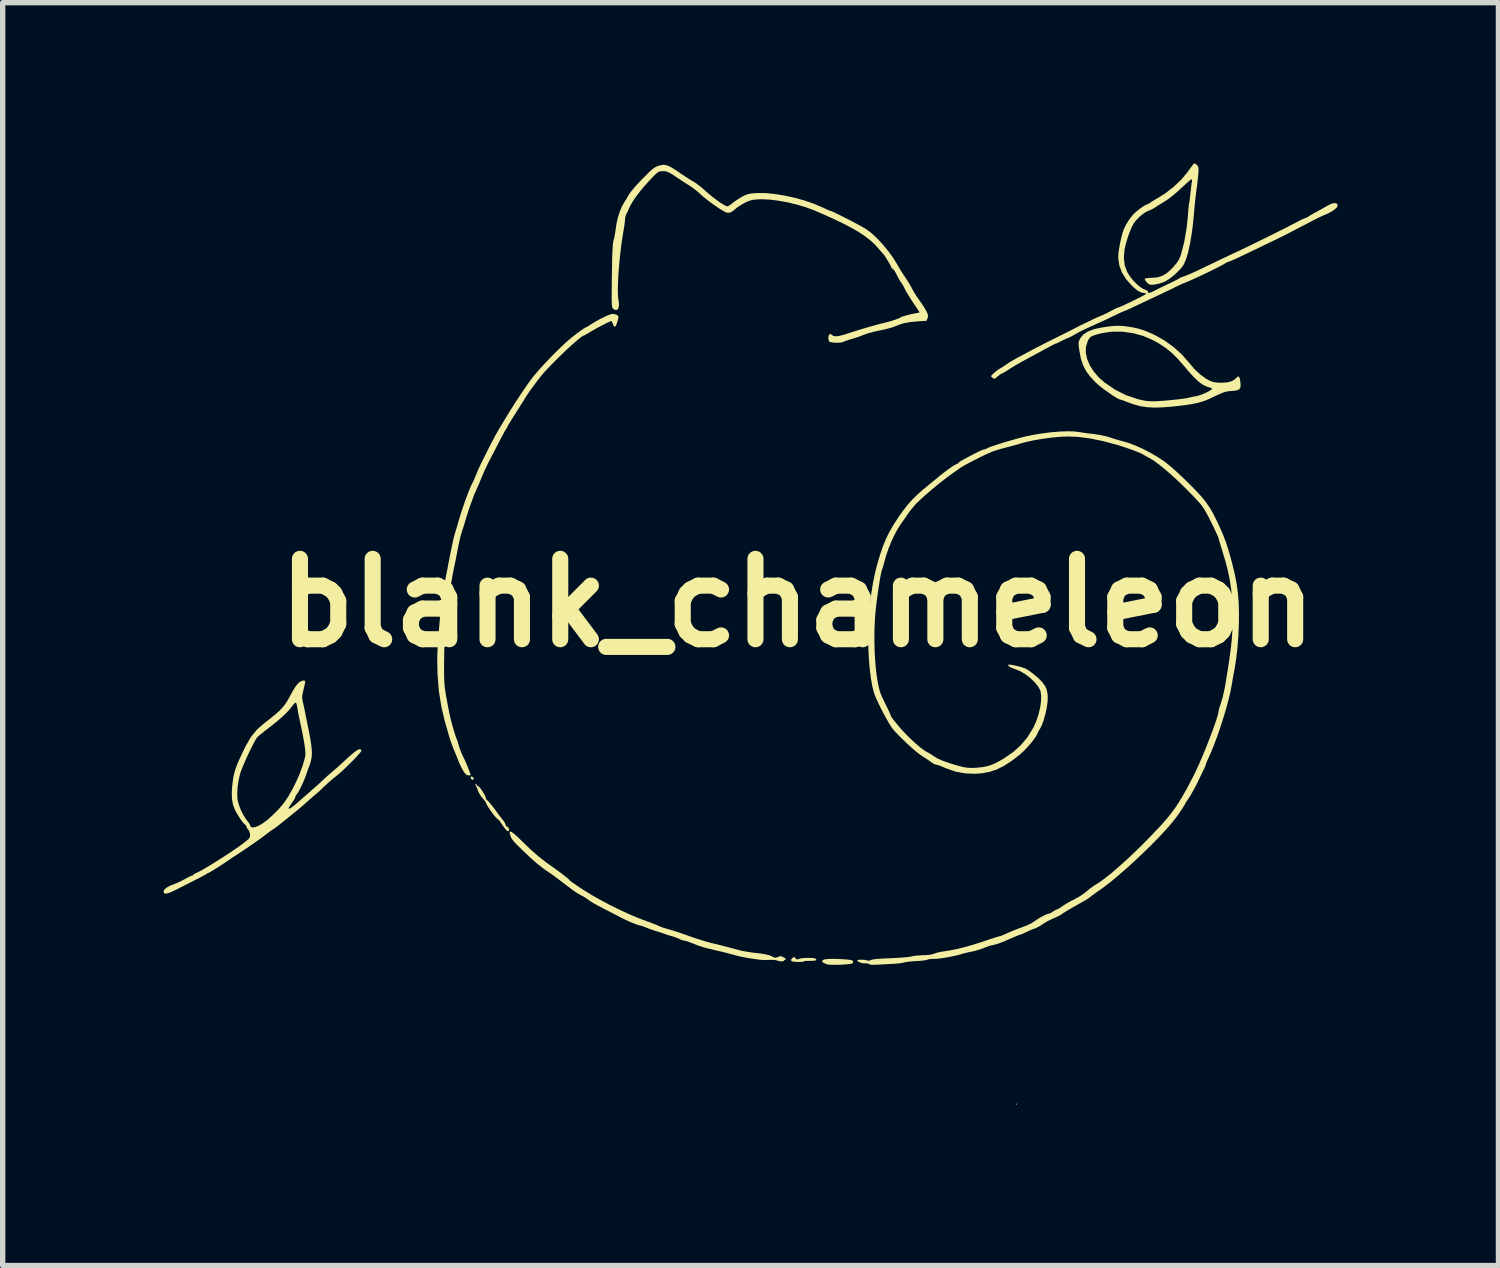
<source format=kicad_pcb>
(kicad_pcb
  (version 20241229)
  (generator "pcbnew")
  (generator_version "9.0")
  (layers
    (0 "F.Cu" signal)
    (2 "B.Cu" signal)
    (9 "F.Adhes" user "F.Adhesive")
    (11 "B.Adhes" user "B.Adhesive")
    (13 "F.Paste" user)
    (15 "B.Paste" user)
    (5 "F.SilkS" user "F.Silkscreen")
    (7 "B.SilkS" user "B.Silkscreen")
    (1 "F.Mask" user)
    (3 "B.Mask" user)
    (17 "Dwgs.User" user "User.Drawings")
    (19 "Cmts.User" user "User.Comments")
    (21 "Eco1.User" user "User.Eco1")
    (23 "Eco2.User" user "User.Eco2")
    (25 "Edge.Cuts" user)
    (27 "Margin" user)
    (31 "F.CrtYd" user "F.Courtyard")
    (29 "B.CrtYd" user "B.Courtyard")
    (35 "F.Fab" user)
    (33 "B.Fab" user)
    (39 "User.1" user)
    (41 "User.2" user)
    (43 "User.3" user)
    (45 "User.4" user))
  (footprint "blank_chameleon"
    (layer "F.Cu")
    (at 11.833 8.2)
    (property "Reference" "blank_chameleon" (at 0 0 0) (layer "F.SilkS") (effects (font (size 1.5 1.5) (thickness 0.3))))
    (attr board_only exclude_from_pos_files exclude_from_bom)
    (fp_poly (pts (xy 4.09 9.343) (xy 4.092 9.363) (xy 4.09 9.366) (xy 4.08 9.363) (xy 4.079 9.354) (xy 4.085 9.34)) (stroke (width 0) (type solid)) (fill yes) (layer "F.SilkS"))
    (fp_poly (pts (xy -6.054 3.258) (xy -6.042 3.28) (xy -6.044 3.289) (xy -6.066 3.303) (xy -6.089 3.289) (xy -6.096 3.278) (xy -6.099 3.249) (xy -6.095 3.241) (xy -6.077 3.241)) (stroke (width 0) (type solid)) (fill yes) (layer "F.SilkS"))
    (fp_poly (pts (xy 0.751 6.644) (xy 0.876 6.652) (xy 0.919 6.655) (xy 0.981 6.662) (xy 1.017 6.67) (xy 1.033 6.682) (xy 1.037 6.7) (xy 1.032 6.719) (xy 1.014 6.731) (xy 0.976 6.739) (xy 0.927 6.744) (xy 0.84 6.751) (xy 0.751 6.754) (xy 0.667 6.754) (xy 0.599 6.752) (xy 0.553 6.746) (xy 0.548 6.744) (xy 0.504 6.726) (xy 0.481 6.714) (xy 0.459 6.695) (xy 0.465 6.674) (xy 0.471 6.668) (xy 0.5 6.654) (xy 0.559 6.645) (xy 0.644 6.642)) (stroke (width 0) (type solid)) (fill yes) (layer "F.SilkS"))
    (fp_poly (pts (xy -0.057 6.611) (xy -0.041 6.631) (xy -0.019 6.653) (xy 0.009 6.651) (xy 0.026 6.644) (xy 0.066 6.633) (xy 0.125 6.627) (xy 0.193 6.625) (xy 0.259 6.626) (xy 0.311 6.632) (xy 0.337 6.64) (xy 0.353 6.659) (xy 0.338 6.672) (xy 0.293 6.679) (xy 0.226 6.68) (xy 0.171 6.68) (xy 0.132 6.684) (xy 0.118 6.689) (xy 0.103 6.696) (xy 0.065 6.7) (xy 0.013 6.701) (xy -0.04 6.698) (xy -0.087 6.693) (xy -0.115 6.685) (xy -0.118 6.682) (xy -0.121 6.657) (xy -0.1 6.631) (xy -0.073 6.61)) (stroke (width 0) (type solid)) (fill yes) (layer "F.SilkS"))
    (fp_poly (pts (xy -5.998 3.38) (xy -5.99 3.394) (xy -5.971 3.418) (xy -5.959 3.421) (xy -5.94 3.435) (xy -5.911 3.47) (xy -5.879 3.517) (xy -5.848 3.568) (xy -5.825 3.614) (xy -5.815 3.646) (xy -5.815 3.648) (xy -5.802 3.677) (xy -5.79 3.685) (xy -5.771 3.702) (xy -5.737 3.74) (xy -5.693 3.795) (xy -5.643 3.861) (xy -5.637 3.869) (xy -5.587 3.938) (xy -5.542 3.997) (xy -5.507 4.043) (xy -5.487 4.067) (xy -5.486 4.068) (xy -5.464 4.102) (xy -5.451 4.136) (xy -5.436 4.168) (xy -5.419 4.18) (xy -5.395 4.194) (xy -5.382 4.224) (xy -5.386 4.249) (xy -5.4 4.262) (xy -5.419 4.256) (xy -5.448 4.226) (xy -5.479 4.186) (xy -5.514 4.137) (xy -5.542 4.095) (xy -5.553 4.077) (xy -5.581 4.045) (xy -5.605 4.028) (xy -5.628 4.007) (xy -5.662 3.966) (xy -5.702 3.913) (xy -5.743 3.855) (xy -5.779 3.8) (xy -5.805 3.755) (xy -5.815 3.729) (xy -5.815 3.729) (xy -5.826 3.707) (xy -5.854 3.672) (xy -5.876 3.648) (xy -5.918 3.594) (xy -5.953 3.53) (xy -5.962 3.508) (xy -5.981 3.457) (xy -5.999 3.419) (xy -6.005 3.408) (xy -6.014 3.384) (xy -6.011 3.377)) (stroke (width 0) (type solid)) (fill yes) (layer "F.SilkS"))
    (fp_poly (pts (xy 6.077 -5.166) (xy 6.152 -5.157) (xy 6.269 -5.138) (xy 6.369 -5.115) (xy 6.466 -5.084) (xy 6.57 -5.042) (xy 6.666 -4.998) (xy 6.845 -4.898) (xy 7.02 -4.772) (xy 7.18 -4.626) (xy 7.317 -4.468) (xy 7.318 -4.466) (xy 7.413 -4.355) (xy 7.519 -4.258) (xy 7.628 -4.18) (xy 7.697 -4.143) (xy 7.754 -4.123) (xy 7.815 -4.112) (xy 7.894 -4.108) (xy 7.916 -4.108) (xy 8.02 -4.115) (xy 8.098 -4.135) (xy 8.159 -4.171) (xy 8.194 -4.205) (xy 8.22 -4.226) (xy 8.239 -4.219) (xy 8.254 -4.181) (xy 8.265 -4.111) (xy 8.265 -4.111) (xy 8.268 -4.045) (xy 8.256 -4.002) (xy 8.225 -3.975) (xy 8.169 -3.96) (xy 8.097 -3.954) (xy 8.046 -3.95) (xy 7.999 -3.942) (xy 7.95 -3.927) (xy 7.889 -3.903) (xy 7.81 -3.867) (xy 7.767 -3.846) (xy 7.683 -3.807) (xy 7.607 -3.775) (xy 7.532 -3.75) (xy 7.454 -3.729) (xy 7.364 -3.711) (xy 7.258 -3.694) (xy 7.129 -3.678) (xy 7.012 -3.665) (xy 6.824 -3.649) (xy 6.663 -3.644) (xy 6.525 -3.651) (xy 6.405 -3.669) (xy 6.388 -3.673) (xy 6.306 -3.695) (xy 6.219 -3.723) (xy 6.153 -3.747) (xy 6.096 -3.77) (xy 6.051 -3.786) (xy 6.026 -3.792) (xy 6.026 -3.792) (xy 5.997 -3.802) (xy 5.947 -3.829) (xy 5.883 -3.869) (xy 5.811 -3.918) (xy 5.736 -3.971) (xy 5.665 -4.025) (xy 5.604 -4.076) (xy 5.569 -4.107) (xy 5.464 -4.218) (xy 5.385 -4.324) (xy 5.328 -4.434) (xy 5.287 -4.557) (xy 5.265 -4.671) (xy 5.378 -4.671) (xy 5.403 -4.553) (xy 5.453 -4.434) (xy 5.527 -4.316) (xy 5.624 -4.204) (xy 5.731 -4.111) (xy 5.928 -3.977) (xy 6.133 -3.874) (xy 6.349 -3.802) (xy 6.419 -3.785) (xy 6.481 -3.773) (xy 6.539 -3.766) (xy 6.599 -3.762) (xy 6.67 -3.762) (xy 6.756 -3.767) (xy 6.864 -3.775) (xy 6.965 -3.784) (xy 7.062 -3.794) (xy 7.15 -3.804) (xy 7.223 -3.814) (xy 7.273 -3.822) (xy 7.29 -3.826) (xy 7.335 -3.837) (xy 7.397 -3.85) (xy 7.441 -3.858) (xy 7.494 -3.871) (xy 7.555 -3.893) (xy 7.619 -3.92) (xy 7.675 -3.949) (xy 7.717 -3.975) (xy 7.735 -3.995) (xy 7.736 -3.997) (xy 7.722 -4.008) (xy 7.691 -4.019) (xy 7.63 -4.038) (xy 7.573 -4.065) (xy 7.514 -4.104) (xy 7.452 -4.157) (xy 7.381 -4.227) (xy 7.298 -4.319) (xy 7.199 -4.435) (xy 7.194 -4.441) (xy 7.082 -4.568) (xy 6.976 -4.672) (xy 6.867 -4.759) (xy 6.746 -4.839) (xy 6.624 -4.906) (xy 6.445 -4.983) (xy 6.253 -5.035) (xy 6.057 -5.061) (xy 5.863 -5.061) (xy 5.678 -5.033) (xy 5.649 -5.026) (xy 5.567 -5.004) (xy 5.511 -4.985) (xy 5.474 -4.966) (xy 5.449 -4.942) (xy 5.428 -4.91) (xy 5.414 -4.883) (xy 5.382 -4.782) (xy 5.378 -4.671) (xy 5.265 -4.671) (xy 5.259 -4.703) (xy 5.256 -4.72) (xy 5.247 -4.791) (xy 5.244 -4.839) (xy 5.247 -4.873) (xy 5.259 -4.904) (xy 5.277 -4.939) (xy 5.333 -5.008) (xy 5.418 -5.064) (xy 5.532 -5.108) (xy 5.657 -5.135) (xy 5.787 -5.156) (xy 5.894 -5.167) (xy 5.988 -5.171)) (stroke (width 0) (type solid)) (fill yes) (layer "F.SilkS"))
    (fp_poly (pts (xy -5.332 4.278) (xy -5.285 4.313) (xy -5.219 4.372) (xy -5.133 4.456) (xy -5.122 4.467) (xy -4.976 4.607) (xy -4.838 4.728) (xy -4.696 4.839) (xy -4.569 4.93) (xy -4.503 4.977) (xy -4.434 5.027) (xy -4.369 5.077) (xy -4.313 5.121) (xy -4.272 5.156) (xy -4.251 5.177) (xy -4.25 5.179) (xy -4.234 5.193) (xy -4.196 5.221) (xy -4.138 5.261) (xy -4.067 5.31) (xy -4.014 5.345) (xy -3.865 5.438) (xy -3.694 5.535) (xy -3.511 5.633) (xy -3.322 5.726) (xy -3.137 5.812) (xy -2.963 5.885) (xy -2.821 5.938) (xy -2.743 5.966) (xy -2.669 5.995) (xy -2.61 6.019) (xy -2.586 6.03) (xy -2.529 6.054) (xy -2.46 6.076) (xy -2.429 6.084) (xy -2.38 6.098) (xy -2.308 6.12) (xy -2.221 6.148) (xy -2.129 6.18) (xy -2.101 6.19) (xy -1.961 6.239) (xy -1.845 6.278) (xy -1.745 6.309) (xy -1.654 6.335) (xy -1.565 6.358) (xy -1.5 6.373) (xy -1.416 6.394) (xy -1.329 6.416) (xy -1.255 6.437) (xy -1.247 6.439) (xy -1.03 6.495) (xy -0.837 6.527) (xy -0.801 6.53) (xy -0.696 6.542) (xy -0.604 6.557) (xy -0.53 6.575) (xy -0.481 6.594) (xy -0.471 6.601) (xy -0.422 6.623) (xy -0.368 6.611) (xy -0.354 6.603) (xy -0.326 6.592) (xy -0.295 6.598) (xy -0.259 6.616) (xy -0.222 6.638) (xy -0.217 6.651) (xy -0.225 6.655) (xy -0.249 6.667) (xy -0.253 6.676) (xy -0.267 6.687) (xy -0.303 6.69) (xy -0.348 6.684) (xy -0.388 6.672) (xy -0.427 6.664) (xy -0.486 6.661) (xy -0.531 6.663) (xy -0.607 6.665) (xy -0.687 6.661) (xy -0.725 6.657) (xy -0.87 6.636) (xy -0.985 6.616) (xy -1.075 6.598) (xy -1.138 6.582) (xy -1.276 6.545) (xy -1.412 6.51) (xy -1.532 6.483) (xy -1.542 6.48) (xy -1.71 6.44) (xy -1.856 6.394) (xy -1.958 6.354) (xy -2.02 6.33) (xy -2.073 6.312) (xy -2.107 6.304) (xy -2.109 6.304) (xy -2.145 6.296) (xy -2.192 6.278) (xy -2.205 6.272) (xy -2.263 6.247) (xy -2.328 6.224) (xy -2.343 6.221) (xy -2.405 6.203) (xy -2.465 6.183) (xy -2.478 6.178) (xy -2.527 6.161) (xy -2.592 6.139) (xy -2.638 6.126) (xy -2.708 6.103) (xy -2.778 6.078) (xy -2.815 6.063) (xy -2.867 6.042) (xy -2.911 6.027) (xy -2.924 6.024) (xy -2.975 6.011) (xy -3.046 5.985) (xy -3.129 5.952) (xy -3.214 5.913) (xy -3.292 5.875) (xy -3.295 5.873) (xy -3.355 5.841) (xy -3.435 5.8) (xy -3.526 5.753) (xy -3.618 5.705) (xy -3.639 5.694) (xy -3.723 5.651) (xy -3.798 5.609) (xy -3.86 5.572) (xy -3.9 5.545) (xy -3.909 5.538) (xy -3.952 5.506) (xy -4.008 5.473) (xy -4.028 5.463) (xy -4.083 5.434) (xy -4.147 5.393) (xy -4.2 5.356) (xy -4.254 5.315) (xy -4.325 5.262) (xy -4.401 5.204) (xy -4.453 5.164) (xy -4.524 5.111) (xy -4.592 5.062) (xy -4.649 5.022) (xy -4.681 5.001) (xy -4.76 4.945) (xy -4.855 4.87) (xy -4.956 4.782) (xy -5.023 4.72) (xy -5.12 4.628) (xy -5.195 4.555) (xy -5.252 4.498) (xy -5.293 4.453) (xy -5.322 4.417) (xy -5.342 4.386) (xy -5.355 4.356) (xy -5.365 4.324) (xy -5.37 4.306) (xy -5.373 4.275) (xy -5.361 4.265)) (stroke (width 0) (type solid)) (fill yes) (layer "F.SilkS"))
    (fp_poly (pts (xy -3.4 -5.385) (xy -3.365 -5.369) (xy -3.348 -5.354) (xy -3.342 -5.337) (xy -3.345 -5.308) (xy -3.359 -5.258) (xy -3.364 -5.242) (xy -3.386 -5.18) (xy -3.406 -5.152) (xy -3.424 -5.156) (xy -3.442 -5.192) (xy -3.446 -5.205) (xy -3.461 -5.241) (xy -3.475 -5.258) (xy -3.476 -5.259) (xy -3.499 -5.251) (xy -3.545 -5.23) (xy -3.607 -5.2) (xy -3.677 -5.163) (xy -3.751 -5.124) (xy -3.819 -5.085) (xy -3.869 -5.056) (xy -3.922 -5.024) (xy -3.964 -5) (xy -3.987 -4.989) (xy -3.988 -4.989) (xy -4.014 -4.977) (xy -4.059 -4.945) (xy -4.12 -4.894) (xy -4.195 -4.829) (xy -4.278 -4.753) (xy -4.368 -4.669) (xy -4.459 -4.58) (xy -4.55 -4.489) (xy -4.636 -4.401) (xy -4.713 -4.318) (xy -4.753 -4.273) (xy -4.812 -4.201) (xy -4.88 -4.114) (xy -4.95 -4.019) (xy -5.015 -3.928) (xy -5.066 -3.851) (xy -5.073 -3.839) (xy -5.104 -3.789) (xy -5.148 -3.719) (xy -5.2 -3.637) (xy -5.254 -3.551) (xy -5.271 -3.524) (xy -5.319 -3.448) (xy -5.36 -3.382) (xy -5.391 -3.331) (xy -5.408 -3.301) (xy -5.41 -3.295) (xy -5.419 -3.274) (xy -5.44 -3.241) (xy -5.442 -3.239) (xy -5.461 -3.208) (xy -5.491 -3.153) (xy -5.529 -3.083) (xy -5.571 -3.002) (xy -5.585 -2.975) (xy -5.628 -2.891) (xy -5.668 -2.814) (xy -5.702 -2.749) (xy -5.725 -2.705) (xy -5.729 -2.697) (xy -5.758 -2.641) (xy -5.796 -2.564) (xy -5.836 -2.478) (xy -5.874 -2.392) (xy -5.906 -2.316) (xy -5.914 -2.296) (xy -5.94 -2.233) (xy -5.971 -2.161) (xy -5.988 -2.124) (xy -6.013 -2.068) (xy -6.034 -2.02) (xy -6.043 -1.997) (xy -6.054 -1.966) (xy -6.073 -1.913) (xy -6.097 -1.849) (xy -6.104 -1.829) (xy -6.133 -1.746) (xy -6.162 -1.657) (xy -6.186 -1.579) (xy -6.187 -1.576) (xy -6.211 -1.494) (xy -6.239 -1.404) (xy -6.261 -1.34) (xy -6.281 -1.273) (xy -6.303 -1.185) (xy -6.325 -1.09) (xy -6.337 -1.028) (xy -6.354 -0.936) (xy -6.372 -0.843) (xy -6.388 -0.76) (xy -6.398 -0.716) (xy -6.414 -0.637) (xy -6.432 -0.546) (xy -6.447 -0.464) (xy -6.461 -0.386) (xy -6.475 -0.309) (xy -6.488 -0.248) (xy -6.488 -0.244) (xy -6.499 -0.186) (xy -6.511 -0.099) (xy -6.525 0.009) (xy -6.539 0.132) (xy -6.553 0.265) (xy -6.567 0.402) (xy -6.575 0.497) (xy -6.58 0.574) (xy -6.585 0.677) (xy -6.59 0.797) (xy -6.593 0.927) (xy -6.595 1.058) (xy -6.596 1.112) (xy -6.596 1.236) (xy -6.596 1.339) (xy -6.594 1.425) (xy -6.59 1.503) (xy -6.583 1.579) (xy -6.572 1.658) (xy -6.557 1.748) (xy -6.537 1.856) (xy -6.512 1.986) (xy -6.498 2.056) (xy -6.48 2.138) (xy -6.456 2.233) (xy -6.429 2.33) (xy -6.402 2.421) (xy -6.378 2.496) (xy -6.362 2.537) (xy -6.344 2.584) (xy -6.326 2.645) (xy -6.319 2.671) (xy -6.301 2.727) (xy -6.273 2.799) (xy -6.239 2.873) (xy -6.231 2.889) (xy -6.201 2.953) (xy -6.17 3.024) (xy -6.142 3.094) (xy -6.119 3.154) (xy -6.104 3.198) (xy -6.101 3.213) (xy -6.116 3.218) (xy -6.144 3.219) (xy -6.175 3.211) (xy -6.206 3.182) (xy -6.236 3.139) (xy -6.272 3.074) (xy -6.307 3.001) (xy -6.322 2.966) (xy -6.344 2.91) (xy -6.363 2.862) (xy -6.372 2.84) (xy -6.385 2.807) (xy -6.407 2.755) (xy -6.428 2.705) (xy -6.454 2.635) (xy -6.483 2.551) (xy -6.506 2.478) (xy -6.529 2.395) (xy -6.556 2.301) (xy -6.581 2.216) (xy -6.647 1.939) (xy -6.694 1.64) (xy -6.719 1.326) (xy -6.724 1.004) (xy -6.709 0.691) (xy -6.691 0.488) (xy -6.676 0.316) (xy -6.662 0.17) (xy -6.649 0.048) (xy -6.638 -0.054) (xy -6.626 -0.14) (xy -6.615 -0.213) (xy -6.607 -0.253) (xy -6.569 -0.457) (xy -6.535 -0.631) (xy -6.507 -0.778) (xy -6.483 -0.901) (xy -6.462 -1.003) (xy -6.445 -1.087) (xy -6.43 -1.155) (xy -6.416 -1.212) (xy -6.404 -1.26) (xy -6.392 -1.301) (xy -6.388 -1.315) (xy -6.367 -1.384) (xy -6.342 -1.469) (xy -6.317 -1.556) (xy -6.311 -1.576) (xy -6.281 -1.673) (xy -6.246 -1.78) (xy -6.208 -1.891) (xy -6.169 -1.997) (xy -6.131 -2.094) (xy -6.099 -2.172) (xy -6.073 -2.227) (xy -6.069 -2.233) (xy -6.048 -2.275) (xy -6.022 -2.335) (xy -5.995 -2.401) (xy -5.995 -2.402) (xy -5.965 -2.474) (xy -5.926 -2.559) (xy -5.886 -2.643) (xy -5.876 -2.663) (xy -5.834 -2.745) (xy -5.786 -2.841) (xy -5.739 -2.934) (xy -5.722 -2.966) (xy -5.654 -3.097) (xy -5.569 -3.247) (xy -5.471 -3.411) (xy -5.366 -3.582) (xy -5.258 -3.753) (xy -5.149 -3.917) (xy -5.046 -4.068) (xy -4.971 -4.173) (xy -4.908 -4.252) (xy -4.826 -4.347) (xy -4.73 -4.453) (xy -4.626 -4.563) (xy -4.519 -4.672) (xy -4.415 -4.774) (xy -4.32 -4.863) (xy -4.238 -4.934) (xy -4.216 -4.952) (xy -4.124 -5.023) (xy -4.048 -5.079) (xy -3.992 -5.118) (xy -3.958 -5.138) (xy -3.95 -5.141) (xy -3.933 -5.149) (xy -3.895 -5.171) (xy -3.854 -5.198) (xy -3.768 -5.251) (xy -3.68 -5.3) (xy -3.596 -5.341) (xy -3.524 -5.373) (xy -3.469 -5.39) (xy -3.448 -5.393)) (stroke (width 0) (type solid)) (fill yes) (layer "F.SilkS"))
    (fp_poly (pts (xy -9.196 1.452) (xy -9.19 1.463) (xy -9.19 1.487) (xy -9.198 1.531) (xy -9.214 1.598) (xy -9.226 1.649) (xy -9.241 1.713) (xy -9.245 1.763) (xy -9.239 1.815) (xy -9.229 1.859) (xy -9.212 1.935) (xy -9.195 2.014) (xy -9.187 2.056) (xy -9.177 2.11) (xy -9.161 2.186) (xy -9.144 2.274) (xy -9.126 2.36) (xy -9.097 2.51) (xy -9.077 2.633) (xy -9.066 2.734) (xy -9.063 2.818) (xy -9.069 2.889) (xy -9.079 2.941) (xy -9.094 2.997) (xy -9.109 3.041) (xy -9.117 3.059) (xy -9.129 3.085) (xy -9.144 3.129) (xy -9.151 3.152) (xy -9.172 3.215) (xy -9.202 3.291) (xy -9.236 3.37) (xy -9.272 3.446) (xy -9.306 3.511) (xy -9.334 3.557) (xy -9.349 3.576) (xy -9.369 3.605) (xy -9.371 3.619) (xy -9.381 3.647) (xy -9.404 3.687) (xy -9.411 3.697) (xy -9.446 3.746) (xy -9.478 3.793) (xy -9.48 3.797) (xy -9.498 3.831) (xy -9.493 3.843) (xy -9.467 3.834) (xy -9.422 3.803) (xy -9.36 3.753) (xy -9.352 3.746) (xy -9.295 3.696) (xy -9.223 3.632) (xy -9.143 3.563) (xy -9.068 3.497) (xy -9 3.437) (xy -8.937 3.381) (xy -8.887 3.335) (xy -8.854 3.304) (xy -8.851 3.301) (xy -8.828 3.279) (xy -8.801 3.254) (xy -8.763 3.22) (xy -8.711 3.175) (xy -8.64 3.114) (xy -8.594 3.075) (xy -8.567 3.051) (xy -8.521 3.009) (xy -8.462 2.955) (xy -8.397 2.895) (xy -8.386 2.885) (xy -8.298 2.808) (xy -8.23 2.756) (xy -8.181 2.731) (xy -8.152 2.731) (xy -8.141 2.756) (xy -8.141 2.761) (xy -8.152 2.782) (xy -8.185 2.821) (xy -8.232 2.874) (xy -8.292 2.936) (xy -8.358 3.002) (xy -8.426 3.069) (xy -8.492 3.132) (xy -8.552 3.185) (xy -8.601 3.225) (xy -8.604 3.228) (xy -8.654 3.268) (xy -8.718 3.322) (xy -8.785 3.382) (xy -8.845 3.437) (xy -8.882 3.474) (xy -8.906 3.497) (xy -8.949 3.535) (xy -9.001 3.58) (xy -9.015 3.592) (xy -9.074 3.642) (xy -9.129 3.691) (xy -9.171 3.729) (xy -9.176 3.733) (xy -9.211 3.765) (xy -9.265 3.811) (xy -9.329 3.864) (xy -9.38 3.906) (xy -9.456 3.967) (xy -9.537 4.033) (xy -9.611 4.092) (xy -9.647 4.121) (xy -9.704 4.166) (xy -9.755 4.204) (xy -9.791 4.229) (xy -9.799 4.233) (xy -9.832 4.255) (xy -9.878 4.289) (xy -9.911 4.314) (xy -9.973 4.362) (xy -10.06 4.425) (xy -10.167 4.5) (xy -10.29 4.584) (xy -10.425 4.674) (xy -10.45 4.69) (xy -10.52 4.736) (xy -10.585 4.779) (xy -10.636 4.814) (xy -10.661 4.831) (xy -10.713 4.866) (xy -10.775 4.907) (xy -10.84 4.948) (xy -10.901 4.986) (xy -10.952 5.017) (xy -10.985 5.035) (xy -10.995 5.04) (xy -11.018 5.049) (xy -11.028 5.057) (xy -11.05 5.071) (xy -11.096 5.096) (xy -11.159 5.129) (xy -11.223 5.162) (xy -11.317 5.21) (xy -11.423 5.264) (xy -11.525 5.316) (xy -11.568 5.338) (xy -11.662 5.384) (xy -11.731 5.413) (xy -11.779 5.425) (xy -11.81 5.423) (xy -11.821 5.416) (xy -11.833 5.385) (xy -11.815 5.349) (xy -11.771 5.311) (xy -11.702 5.274) (xy -11.638 5.249) (xy -11.568 5.221) (xy -11.488 5.183) (xy -11.43 5.152) (xy -11.375 5.122) (xy -11.329 5.099) (xy -11.301 5.09) (xy -11.3 5.09) (xy -11.278 5.082) (xy -11.276 5.075) (xy -11.262 5.059) (xy -11.228 5.043) (xy -11.227 5.043) (xy -11.182 5.022) (xy -11.114 4.986) (xy -11.028 4.936) (xy -10.929 4.876) (xy -10.823 4.809) (xy -10.712 4.739) (xy -10.604 4.668) (xy -10.501 4.599) (xy -10.411 4.536) (xy -10.336 4.481) (xy -10.284 4.44) (xy -10.242 4.402) (xy -10.221 4.373) (xy -10.216 4.343) (xy -10.219 4.309) (xy -10.231 4.263) (xy -10.25 4.231) (xy -10.255 4.227) (xy -10.278 4.2) (xy -10.281 4.183) (xy -10.294 4.152) (xy -10.314 4.134) (xy -10.343 4.107) (xy -10.381 4.056) (xy -10.425 3.991) (xy -10.468 3.919) (xy -10.497 3.865) (xy -10.536 3.763) (xy -10.556 3.647) (xy -10.557 3.558) (xy -10.456 3.558) (xy -10.451 3.669) (xy -10.45 3.674) (xy -10.428 3.762) (xy -10.39 3.862) (xy -10.341 3.961) (xy -10.287 4.045) (xy -10.264 4.074) (xy -10.233 4.113) (xy -10.216 4.146) (xy -10.214 4.154) (xy -10.201 4.182) (xy -10.166 4.191) (xy -10.113 4.181) (xy -10.046 4.153) (xy -9.97 4.107) (xy -9.97 4.107) (xy -9.882 4.041) (xy -9.787 3.954) (xy -9.691 3.858) (xy -9.606 3.759) (xy -9.579 3.725) (xy -9.504 3.614) (xy -9.429 3.482) (xy -9.357 3.339) (xy -9.292 3.192) (xy -9.239 3.049) (xy -9.201 2.92) (xy -9.186 2.852) (xy -9.184 2.798) (xy -9.191 2.716) (xy -9.208 2.603) (xy -9.233 2.461) (xy -9.269 2.287) (xy -9.304 2.124) (xy -9.319 2.052) (xy -9.331 1.978) (xy -9.336 1.948) (xy -9.345 1.899) (xy -9.356 1.867) (xy -9.363 1.86) (xy -9.382 1.869) (xy -9.409 1.899) (xy -9.421 1.915) (xy -9.493 2.005) (xy -9.593 2.106) (xy -9.721 2.218) (xy -9.852 2.321) (xy -9.925 2.377) (xy -9.99 2.429) (xy -10.042 2.471) (xy -10.074 2.499) (xy -10.081 2.506) (xy -10.107 2.543) (xy -10.142 2.606) (xy -10.184 2.687) (xy -10.23 2.78) (xy -10.276 2.878) (xy -10.319 2.976) (xy -10.358 3.066) (xy -10.387 3.143) (xy -10.399 3.177) (xy -10.429 3.299) (xy -10.449 3.431) (xy -10.456 3.558) (xy -10.557 3.558) (xy -10.557 3.511) (xy -10.551 3.427) (xy -10.54 3.335) (xy -10.529 3.256) (xy -10.513 3.182) (xy -10.492 3.11) (xy -10.464 3.032) (xy -10.427 2.943) (xy -10.378 2.837) (xy -10.317 2.709) (xy -10.294 2.663) (xy -10.201 2.503) (xy -10.09 2.367) (xy -9.953 2.246) (xy -9.944 2.239) (xy -9.829 2.15) (xy -9.737 2.075) (xy -9.664 2.009) (xy -9.605 1.946) (xy -9.555 1.881) (xy -9.51 1.809) (xy -9.47 1.737) (xy -9.411 1.629) (xy -9.36 1.55) (xy -9.314 1.496) (xy -9.27 1.464) (xy -9.226 1.45) (xy -9.21 1.45)) (stroke (width 0) (type solid)) (fill yes) (layer "F.SilkS"))
    (fp_poly (pts (xy -2.466 -8.172) (xy -2.416 -8.157) (xy -2.358 -8.128) (xy -2.285 -8.083) (xy -2.191 -8.02) (xy -2.175 -8.009) (xy -2.102 -7.96) (xy -2.029 -7.913) (xy -1.968 -7.875) (xy -1.934 -7.855) (xy -1.888 -7.826) (xy -1.827 -7.779) (xy -1.76 -7.724) (xy -1.715 -7.684) (xy -1.642 -7.621) (xy -1.565 -7.558) (xy -1.488 -7.501) (xy -1.418 -7.453) (xy -1.36 -7.419) (xy -1.32 -7.401) (xy -1.31 -7.399) (xy -1.285 -7.409) (xy -1.243 -7.436) (xy -1.203 -7.468) (xy -1.14 -7.514) (xy -1.067 -7.561) (xy -1.02 -7.588) (xy -0.967 -7.613) (xy -0.919 -7.629) (xy -0.865 -7.639) (xy -0.793 -7.645) (xy -0.745 -7.648) (xy -0.594 -7.647) (xy -0.423 -7.63) (xy -0.239 -7.6) (xy -0.05 -7.558) (xy 0.135 -7.507) (xy 0.307 -7.447) (xy 0.46 -7.382) (xy 0.463 -7.381) (xy 0.525 -7.351) (xy 0.576 -7.328) (xy 0.609 -7.316) (xy 0.616 -7.315) (xy 0.638 -7.307) (xy 0.684 -7.286) (xy 0.749 -7.255) (xy 0.828 -7.216) (xy 0.915 -7.172) (xy 1.005 -7.125) (xy 1.092 -7.079) (xy 1.171 -7.037) (xy 1.236 -7) (xy 1.283 -6.973) (xy 1.291 -6.967) (xy 1.384 -6.896) (xy 1.485 -6.802) (xy 1.588 -6.691) (xy 1.688 -6.57) (xy 1.778 -6.447) (xy 1.853 -6.328) (xy 1.872 -6.294) (xy 1.907 -6.232) (xy 1.952 -6.16) (xy 1.995 -6.097) (xy 2.043 -6.024) (xy 2.094 -5.941) (xy 2.131 -5.874) (xy 2.173 -5.798) (xy 2.225 -5.715) (xy 2.273 -5.646) (xy 2.32 -5.581) (xy 2.365 -5.511) (xy 2.399 -5.454) (xy 2.4 -5.451) (xy 2.425 -5.398) (xy 2.435 -5.361) (xy 2.43 -5.327) (xy 2.426 -5.315) (xy 2.409 -5.264) (xy 2.237 -5.253) (xy 2.1 -5.24) (xy 1.985 -5.219) (xy 1.883 -5.187) (xy 1.82 -5.161) (xy 1.767 -5.141) (xy 1.694 -5.12) (xy 1.616 -5.101) (xy 1.601 -5.098) (xy 1.44 -5.064) (xy 1.311 -5.029) (xy 1.211 -4.993) (xy 1.205 -4.99) (xy 1.156 -4.971) (xy 1.087 -4.948) (xy 1.014 -4.926) (xy 1.003 -4.922) (xy 0.939 -4.903) (xy 0.887 -4.885) (xy 0.856 -4.872) (xy 0.852 -4.869) (xy 0.825 -4.86) (xy 0.776 -4.855) (xy 0.716 -4.855) (xy 0.658 -4.858) (xy 0.613 -4.866) (xy 0.593 -4.874) (xy 0.577 -4.91) (xy 0.575 -4.959) (xy 0.588 -5.003) (xy 0.589 -5.005) (xy 0.604 -5.02) (xy 0.625 -5.011) (xy 0.637 -5.001) (xy 0.672 -4.98) (xy 0.72 -4.974) (xy 0.785 -4.983) (xy 0.874 -5.007) (xy 0.893 -5.013) (xy 1.083 -5.074) (xy 1.246 -5.124) (xy 1.385 -5.164) (xy 1.503 -5.197) (xy 1.576 -5.215) (xy 1.669 -5.238) (xy 1.756 -5.263) (xy 1.831 -5.287) (xy 1.888 -5.309) (xy 1.919 -5.325) (xy 1.921 -5.328) (xy 1.942 -5.337) (xy 1.987 -5.352) (xy 2.046 -5.369) (xy 2.11 -5.385) (xy 2.17 -5.398) (xy 2.212 -5.405) (xy 2.253 -5.413) (xy 2.274 -5.42) (xy 2.275 -5.422) (xy 2.266 -5.438) (xy 2.242 -5.476) (xy 2.206 -5.53) (xy 2.164 -5.591) (xy 2.114 -5.668) (xy 2.065 -5.746) (xy 2.024 -5.816) (xy 2.004 -5.854) (xy 1.975 -5.911) (xy 1.947 -5.959) (xy 1.929 -5.985) (xy 1.908 -6.015) (xy 1.879 -6.065) (xy 1.853 -6.117) (xy 1.825 -6.171) (xy 1.798 -6.212) (xy 1.779 -6.23) (xy 1.754 -6.252) (xy 1.743 -6.274) (xy 1.73 -6.304) (xy 1.704 -6.35) (xy 1.672 -6.403) (xy 1.641 -6.453) (xy 1.615 -6.491) (xy 1.603 -6.506) (xy 1.588 -6.522) (xy 1.557 -6.557) (xy 1.518 -6.603) (xy 1.514 -6.608) (xy 1.44 -6.69) (xy 1.355 -6.767) (xy 1.257 -6.843) (xy 1.144 -6.919) (xy 1.011 -6.996) (xy 0.856 -7.077) (xy 0.677 -7.163) (xy 0.47 -7.256) (xy 0.32 -7.321) (xy 0.168 -7.378) (xy -0.001 -7.429) (xy -0.176 -7.472) (xy -0.35 -7.504) (xy -0.514 -7.525) (xy -0.66 -7.532) (xy -0.697 -7.531) (xy -0.779 -7.527) (xy -0.84 -7.52) (xy -0.889 -7.507) (xy -0.939 -7.487) (xy -0.984 -7.466) (xy -1.048 -7.43) (xy -1.108 -7.392) (xy -1.149 -7.36) (xy -1.15 -7.359) (xy -1.215 -7.306) (xy -1.269 -7.28) (xy -1.318 -7.28) (xy -1.329 -7.284) (xy -1.376 -7.307) (xy -1.442 -7.347) (xy -1.52 -7.399) (xy -1.602 -7.457) (xy -1.682 -7.517) (xy -1.753 -7.573) (xy -1.802 -7.617) (xy -1.864 -7.673) (xy -1.932 -7.727) (xy -1.992 -7.769) (xy -1.997 -7.773) (xy -2.049 -7.806) (xy -2.119 -7.851) (xy -2.197 -7.902) (xy -2.258 -7.943) (xy -2.332 -7.992) (xy -2.386 -8.024) (xy -2.428 -8.044) (xy -2.463 -8.053) (xy -2.499 -8.056) (xy -2.507 -8.056) (xy -2.542 -8.055) (xy -2.571 -8.051) (xy -2.597 -8.041) (xy -2.626 -8.02) (xy -2.664 -7.985) (xy -2.715 -7.933) (xy -2.781 -7.863) (xy -2.866 -7.768) (xy -2.948 -7.669) (xy -3.021 -7.572) (xy -3.081 -7.482) (xy -3.125 -7.406) (xy -3.144 -7.364) (xy -3.166 -7.311) (xy -3.189 -7.267) (xy -3.193 -7.26) (xy -3.211 -7.217) (xy -3.219 -7.165) (xy -3.219 -7.164) (xy -3.222 -7.118) (xy -3.23 -7.053) (xy -3.242 -6.98) (xy -3.244 -6.969) (xy -3.269 -6.816) (xy -3.292 -6.654) (xy -3.312 -6.488) (xy -3.328 -6.323) (xy -3.341 -6.164) (xy -3.349 -6.015) (xy -3.353 -5.883) (xy -3.353 -5.771) (xy -3.347 -5.686) (xy -3.342 -5.654) (xy -3.332 -5.577) (xy -3.338 -5.516) (xy -3.356 -5.477) (xy -3.386 -5.462) (xy -3.425 -5.476) (xy -3.44 -5.488) (xy -3.449 -5.497) (xy -3.456 -5.509) (xy -3.461 -5.528) (xy -3.465 -5.557) (xy -3.467 -5.599) (xy -3.469 -5.659) (xy -3.469 -5.739) (xy -3.468 -5.843) (xy -3.467 -5.974) (xy -3.465 -6.1) (xy -3.463 -6.269) (xy -3.46 -6.408) (xy -3.456 -6.519) (xy -3.452 -6.607) (xy -3.448 -6.674) (xy -3.442 -6.724) (xy -3.435 -6.759) (xy -3.433 -6.767) (xy -3.417 -6.832) (xy -3.403 -6.91) (xy -3.396 -6.961) (xy -3.379 -7.076) (xy -3.351 -7.196) (xy -3.315 -7.309) (xy -3.276 -7.402) (xy -3.272 -7.408) (xy -3.246 -7.455) (xy -3.226 -7.489) (xy -3.218 -7.5) (xy -3.205 -7.519) (xy -3.182 -7.558) (xy -3.159 -7.6) (xy -3.127 -7.649) (xy -3.075 -7.715) (xy -3.007 -7.794) (xy -2.927 -7.88) (xy -2.901 -7.907) (xy -2.819 -7.99) (xy -2.755 -8.052) (xy -2.705 -8.096) (xy -2.665 -8.125) (xy -2.629 -8.143) (xy -2.616 -8.148) (xy -2.56 -8.166) (xy -2.512 -8.174)) (stroke (width 0) (type solid)) (fill yes) (layer "F.SilkS"))
    (fp_poly (pts (xy 7.421 -8.196) (xy 7.451 -8.173) (xy 7.451 -8.173) (xy 7.469 -8.152) (xy 7.479 -8.128) (xy 7.482 -8.091) (xy 7.48 -8.035) (xy 7.478 -8) (xy 7.47 -7.92) (xy 7.459 -7.823) (xy 7.447 -7.726) (xy 7.441 -7.686) (xy 7.429 -7.593) (xy 7.417 -7.482) (xy 7.406 -7.37) (xy 7.4 -7.298) (xy 7.38 -7.081) (xy 7.354 -6.883) (xy 7.324 -6.705) (xy 7.29 -6.551) (xy 7.253 -6.424) (xy 7.213 -6.327) (xy 7.204 -6.31) (xy 7.159 -6.248) (xy 7.094 -6.179) (xy 7.018 -6.109) (xy 6.939 -6.047) (xy 6.866 -6.001) (xy 6.857 -5.996) (xy 6.786 -5.969) (xy 6.706 -5.948) (xy 6.666 -5.941) (xy 6.609 -5.936) (xy 6.573 -5.939) (xy 6.546 -5.953) (xy 6.517 -5.98) (xy 6.517 -5.981) (xy 6.489 -6.016) (xy 6.478 -6.042) (xy 6.479 -6.048) (xy 6.499 -6.056) (xy 6.544 -6.062) (xy 6.605 -6.066) (xy 6.617 -6.066) (xy 6.718 -6.075) (xy 6.804 -6.101) (xy 6.885 -6.149) (xy 6.968 -6.221) (xy 7.017 -6.273) (xy 7.074 -6.342) (xy 7.114 -6.402) (xy 7.143 -6.467) (xy 7.156 -6.507) (xy 7.216 -6.737) (xy 7.26 -6.996) (xy 7.282 -7.205) (xy 7.289 -7.294) (xy 7.296 -7.371) (xy 7.302 -7.429) (xy 7.307 -7.463) (xy 7.308 -7.469) (xy 7.313 -7.49) (xy 7.319 -7.536) (xy 7.327 -7.6) (xy 7.332 -7.646) (xy 7.34 -7.723) (xy 7.348 -7.792) (xy 7.355 -7.842) (xy 7.358 -7.858) (xy 7.361 -7.892) (xy 7.353 -7.905) (xy 7.334 -7.894) (xy 7.298 -7.865) (xy 7.253 -7.825) (xy 7.244 -7.816) (xy 7.116 -7.699) (xy 7.009 -7.606) (xy 6.921 -7.537) (xy 6.851 -7.491) (xy 6.786 -7.452) (xy 6.715 -7.407) (xy 6.683 -7.386) (xy 6.63 -7.354) (xy 6.581 -7.33) (xy 6.556 -7.321) (xy 6.506 -7.298) (xy 6.443 -7.256) (xy 6.378 -7.201) (xy 6.319 -7.141) (xy 6.277 -7.088) (xy 6.238 -7.016) (xy 6.198 -6.921) (xy 6.159 -6.813) (xy 6.126 -6.701) (xy 6.102 -6.597) (xy 6.101 -6.59) (xy 6.089 -6.442) (xy 6.105 -6.302) (xy 6.15 -6.176) (xy 6.156 -6.165) (xy 6.202 -6.093) (xy 6.261 -6.019) (xy 6.327 -5.951) (xy 6.393 -5.894) (xy 6.453 -5.857) (xy 6.476 -5.848) (xy 6.518 -5.83) (xy 6.539 -5.81) (xy 6.54 -5.806) (xy 6.544 -5.788) (xy 6.561 -5.784) (xy 6.595 -5.794) (xy 6.651 -5.82) (xy 6.689 -5.84) (xy 6.761 -5.876) (xy 6.846 -5.918) (xy 6.928 -5.956) (xy 6.936 -5.96) (xy 7.003 -5.992) (xy 7.062 -6.022) (xy 7.105 -6.045) (xy 7.113 -6.051) (xy 7.161 -6.077) (xy 7.202 -6.091) (xy 7.247 -6.106) (xy 7.32 -6.137) (xy 7.422 -6.182) (xy 7.55 -6.243) (xy 7.705 -6.317) (xy 7.736 -6.332) (xy 7.819 -6.372) (xy 7.922 -6.421) (xy 8.035 -6.475) (xy 8.149 -6.529) (xy 8.217 -6.56) (xy 8.315 -6.607) (xy 8.434 -6.664) (xy 8.566 -6.729) (xy 8.707 -6.798) (xy 8.85 -6.868) (xy 8.989 -6.938) (xy 9.118 -7.003) (xy 9.231 -7.061) (xy 9.324 -7.109) (xy 9.36 -7.128) (xy 9.412 -7.155) (xy 9.454 -7.173) (xy 9.475 -7.18) (xy 9.5 -7.189) (xy 9.536 -7.211) (xy 9.537 -7.212) (xy 9.575 -7.236) (xy 9.63 -7.268) (xy 9.691 -7.301) (xy 9.758 -7.337) (xy 9.823 -7.374) (xy 9.868 -7.401) (xy 9.94 -7.44) (xy 10.001 -7.459) (xy 10.047 -7.458) (xy 10.074 -7.437) (xy 10.079 -7.415) (xy 10.063 -7.379) (xy 10.019 -7.338) (xy 9.95 -7.293) (xy 9.86 -7.249) (xy 9.851 -7.246) (xy 9.785 -7.217) (xy 9.726 -7.19) (xy 9.684 -7.17) (xy 9.683 -7.169) (xy 9.65 -7.152) (xy 9.594 -7.123) (xy 9.522 -7.085) (xy 9.441 -7.043) (xy 9.413 -7.029) (xy 9.331 -6.986) (xy 9.255 -6.946) (xy 9.193 -6.914) (xy 9.152 -6.892) (xy 9.144 -6.888) (xy 9.112 -6.872) (xy 9.054 -6.843) (xy 8.974 -6.804) (xy 8.876 -6.756) (xy 8.763 -6.702) (xy 8.641 -6.643) (xy 8.513 -6.581) (xy 8.383 -6.519) (xy 8.273 -6.466) (xy 8.195 -6.43) (xy 8.124 -6.398) (xy 8.068 -6.374) (xy 8.034 -6.362) (xy 8.033 -6.362) (xy 7.997 -6.348) (xy 7.98 -6.336) (xy 7.962 -6.324) (xy 7.919 -6.3) (xy 7.855 -6.267) (xy 7.776 -6.228) (xy 7.688 -6.184) (xy 7.594 -6.139) (xy 7.501 -6.095) (xy 7.413 -6.054) (xy 7.337 -6.019) (xy 7.276 -5.993) (xy 7.236 -5.977) (xy 7.231 -5.975) (xy 7.196 -5.962) (xy 7.142 -5.937) (xy 7.078 -5.907) (xy 7.062 -5.899) (xy 6.982 -5.859) (xy 6.89 -5.815) (xy 6.806 -5.775) (xy 6.801 -5.772) (xy 6.716 -5.733) (xy 6.621 -5.688) (xy 6.535 -5.648) (xy 6.531 -5.646) (xy 6.397 -5.582) (xy 6.29 -5.532) (xy 6.209 -5.494) (xy 6.151 -5.468) (xy 6.113 -5.452) (xy 6.094 -5.445) (xy 6.091 -5.444) (xy 6.073 -5.437) (xy 6.03 -5.418) (xy 5.969 -5.389) (xy 5.895 -5.354) (xy 5.876 -5.345) (xy 5.777 -5.297) (xy 5.667 -5.246) (xy 5.561 -5.198) (xy 5.486 -5.164) (xy 5.4 -5.125) (xy 5.314 -5.084) (xy 5.238 -5.045) (xy 5.196 -5.021) (xy 5.138 -4.988) (xy 5.087 -4.961) (xy 5.053 -4.946) (xy 5.052 -4.946) (xy 5.017 -4.932) (xy 4.965 -4.908) (xy 4.922 -4.886) (xy 4.871 -4.86) (xy 4.833 -4.843) (xy 4.817 -4.837) (xy 4.798 -4.83) (xy 4.756 -4.809) (xy 4.698 -4.778) (xy 4.631 -4.742) (xy 4.538 -4.691) (xy 4.432 -4.634) (xy 4.329 -4.579) (xy 4.281 -4.553) (xy 4.192 -4.505) (xy 4.097 -4.451) (xy 4.01 -4.398) (xy 3.965 -4.371) (xy 3.905 -4.332) (xy 3.855 -4.302) (xy 3.822 -4.284) (xy 3.813 -4.281) (xy 3.793 -4.271) (xy 3.758 -4.246) (xy 3.741 -4.231) (xy 3.701 -4.198) (xy 3.676 -4.184) (xy 3.657 -4.187) (xy 3.632 -4.204) (xy 3.631 -4.205) (xy 3.614 -4.221) (xy 3.613 -4.236) (xy 3.631 -4.258) (xy 3.666 -4.29) (xy 3.715 -4.331) (xy 3.763 -4.365) (xy 3.782 -4.376) (xy 3.823 -4.401) (xy 3.877 -4.436) (xy 3.908 -4.458) (xy 3.958 -4.491) (xy 4.027 -4.532) (xy 4.103 -4.575) (xy 4.138 -4.593) (xy 4.212 -4.632) (xy 4.285 -4.671) (xy 4.345 -4.703) (xy 4.365 -4.714) (xy 4.404 -4.735) (xy 4.466 -4.767) (xy 4.547 -4.809) (xy 4.64 -4.856) (xy 4.74 -4.906) (xy 4.761 -4.917) (xy 4.859 -4.965) (xy 4.947 -5.009) (xy 5.021 -5.046) (xy 5.077 -5.074) (xy 5.109 -5.091) (xy 5.113 -5.093) (xy 5.178 -5.127) (xy 5.257 -5.167) (xy 5.344 -5.21) (xy 5.432 -5.252) (xy 5.514 -5.292) (xy 5.584 -5.324) (xy 5.635 -5.346) (xy 5.654 -5.354) (xy 5.702 -5.374) (xy 5.766 -5.405) (xy 5.834 -5.44) (xy 5.843 -5.445) (xy 5.902 -5.476) (xy 5.949 -5.499) (xy 5.978 -5.511) (xy 5.981 -5.511) (xy 6.004 -5.518) (xy 6.049 -5.537) (xy 6.11 -5.566) (xy 6.183 -5.6) (xy 6.26 -5.637) (xy 6.336 -5.675) (xy 6.405 -5.709) (xy 6.46 -5.739) (xy 6.495 -5.759) (xy 6.506 -5.768) (xy 6.492 -5.778) (xy 6.468 -5.782) (xy 6.412 -5.792) (xy 6.352 -5.823) (xy 6.283 -5.878) (xy 6.243 -5.915) (xy 6.133 -6.038) (xy 6.055 -6.161) (xy 6.006 -6.29) (xy 5.985 -6.427) (xy 5.984 -6.47) (xy 5.988 -6.53) (xy 6 -6.612) (xy 6.017 -6.707) (xy 6.038 -6.803) (xy 6.06 -6.89) (xy 6.082 -6.958) (xy 6.084 -6.962) (xy 6.127 -7.054) (xy 6.185 -7.148) (xy 6.25 -7.233) (xy 6.29 -7.274) (xy 6.342 -7.319) (xy 6.398 -7.363) (xy 6.451 -7.4) (xy 6.493 -7.425) (xy 6.515 -7.433) (xy 6.542 -7.443) (xy 6.575 -7.464) (xy 6.615 -7.491) (xy 6.667 -7.523) (xy 6.691 -7.536) (xy 6.858 -7.639) (xy 7.017 -7.763) (xy 7.161 -7.899) (xy 7.28 -8.041) (xy 7.293 -8.06) (xy 7.334 -8.118) (xy 7.369 -8.165) (xy 7.393 -8.194) (xy 7.4 -8.2)) (stroke (width 0) (type solid)) (fill yes) (layer "F.SilkS"))
    (fp_poly (pts (xy 5.159 -3.199) (xy 5.253 -3.188) (xy 5.314 -3.178) (xy 5.396 -3.166) (xy 5.483 -3.156) (xy 5.522 -3.152) (xy 5.66 -3.131) (xy 5.796 -3.098) (xy 5.842 -3.083) (xy 5.919 -3.058) (xy 5.993 -3.036) (xy 6.052 -3.02) (xy 6.068 -3.016) (xy 6.177 -2.985) (xy 6.304 -2.936) (xy 6.441 -2.875) (xy 6.579 -2.804) (xy 6.71 -2.728) (xy 6.827 -2.652) (xy 6.875 -2.616) (xy 6.968 -2.54) (xy 7.075 -2.445) (xy 7.19 -2.337) (xy 7.307 -2.224) (xy 7.418 -2.111) (xy 7.516 -2.006) (xy 7.549 -1.969) (xy 7.622 -1.878) (xy 7.692 -1.776) (xy 7.76 -1.657) (xy 7.831 -1.516) (xy 7.906 -1.35) (xy 7.939 -1.273) (xy 7.988 -1.147) (xy 8.034 -1.007) (xy 8.081 -0.845) (xy 8.115 -0.716) (xy 8.161 -0.524) (xy 8.195 -0.346) (xy 8.218 -0.175) (xy 8.232 0.001) (xy 8.237 0.191) (xy 8.235 0.388) (xy 8.226 0.608) (xy 8.209 0.829) (xy 8.185 1.041) (xy 8.155 1.233) (xy 8.142 1.298) (xy 8.132 1.352) (xy 8.119 1.426) (xy 8.107 1.502) (xy 8.106 1.508) (xy 8.081 1.642) (xy 8.044 1.799) (xy 7.998 1.972) (xy 7.943 2.154) (xy 7.884 2.338) (xy 7.821 2.518) (xy 7.758 2.685) (xy 7.696 2.833) (xy 7.668 2.894) (xy 7.643 2.949) (xy 7.625 2.993) (xy 7.618 3.015) (xy 7.618 3.015) (xy 7.611 3.04) (xy 7.595 3.079) (xy 7.595 3.079) (xy 7.578 3.112) (xy 7.551 3.168) (xy 7.517 3.239) (xy 7.479 3.318) (xy 7.477 3.323) (xy 7.433 3.411) (xy 7.385 3.5) (xy 7.34 3.58) (xy 7.307 3.633) (xy 7.271 3.686) (xy 7.245 3.727) (xy 7.231 3.75) (xy 7.231 3.752) (xy 7.222 3.77) (xy 7.198 3.809) (xy 7.164 3.861) (xy 7.125 3.918) (xy 7.085 3.975) (xy 7.051 4.021) (xy 6.964 4.129) (xy 6.856 4.252) (xy 6.729 4.387) (xy 6.589 4.53) (xy 6.439 4.675) (xy 6.286 4.82) (xy 6.133 4.959) (xy 5.984 5.088) (xy 5.845 5.204) (xy 5.719 5.301) (xy 5.672 5.335) (xy 5.601 5.385) (xy 5.532 5.435) (xy 5.474 5.478) (xy 5.435 5.508) (xy 5.412 5.524) (xy 5.37 5.549) (xy 5.334 5.57) (xy 5.279 5.601) (xy 5.208 5.641) (xy 5.134 5.683) (xy 5.115 5.694) (xy 5.05 5.732) (xy 4.993 5.767) (xy 4.951 5.793) (xy 4.942 5.8) (xy 4.916 5.818) (xy 4.88 5.838) (xy 4.83 5.863) (xy 4.757 5.896) (xy 4.701 5.922) (xy 4.652 5.947) (xy 4.593 5.983) (xy 4.555 6.008) (xy 4.5 6.042) (xy 4.449 6.068) (xy 4.422 6.078) (xy 4.381 6.092) (xy 4.325 6.116) (xy 4.278 6.138) (xy 4.226 6.163) (xy 4.187 6.18) (xy 4.17 6.186) (xy 4.149 6.192) (xy 4.105 6.209) (xy 4.047 6.233) (xy 3.981 6.261) (xy 3.916 6.289) (xy 3.885 6.304) (xy 3.822 6.33) (xy 3.754 6.355) (xy 3.691 6.375) (xy 3.644 6.387) (xy 3.63 6.388) (xy 3.603 6.394) (xy 3.554 6.41) (xy 3.494 6.433) (xy 3.484 6.438) (xy 3.405 6.466) (xy 3.321 6.491) (xy 3.253 6.507) (xy 3.183 6.521) (xy 3.115 6.537) (xy 3.076 6.549) (xy 3.006 6.569) (xy 2.918 6.59) (xy 2.821 6.609) (xy 2.725 6.626) (xy 2.638 6.638) (xy 2.57 6.643) (xy 2.55 6.643) (xy 2.492 6.644) (xy 2.443 6.652) (xy 2.426 6.658) (xy 2.394 6.667) (xy 2.338 6.675) (xy 2.267 6.681) (xy 2.216 6.684) (xy 2.138 6.689) (xy 2.067 6.696) (xy 2.014 6.704) (xy 1.995 6.709) (xy 1.955 6.719) (xy 1.894 6.727) (xy 1.822 6.733) (xy 1.803 6.735) (xy 1.715 6.739) (xy 1.612 6.745) (xy 1.517 6.75) (xy 1.506 6.751) (xy 1.42 6.754) (xy 1.366 6.752) (xy 1.341 6.743) (xy 1.34 6.741) (xy 1.317 6.73) (xy 1.275 6.727) (xy 1.267 6.727) (xy 1.217 6.724) (xy 1.168 6.712) (xy 1.129 6.693) (xy 1.112 6.673) (xy 1.112 6.672) (xy 1.127 6.663) (xy 1.164 6.659) (xy 1.211 6.659) (xy 1.258 6.663) (xy 1.292 6.671) (xy 1.297 6.673) (xy 1.334 6.678) (xy 1.366 6.665) (xy 1.402 6.655) (xy 1.465 6.646) (xy 1.558 6.639) (xy 1.683 6.632) (xy 1.73 6.631) (xy 1.835 6.626) (xy 1.933 6.62) (xy 2.018 6.613) (xy 2.082 6.605) (xy 2.117 6.599) (xy 2.166 6.589) (xy 2.236 6.581) (xy 2.315 6.576) (xy 2.343 6.575) (xy 2.434 6.57) (xy 2.504 6.56) (xy 2.547 6.547) (xy 2.588 6.532) (xy 2.649 6.517) (xy 2.708 6.506) (xy 2.849 6.484) (xy 2.984 6.457) (xy 3.121 6.423) (xy 3.271 6.38) (xy 3.439 6.327) (xy 3.51 6.303) (xy 3.597 6.274) (xy 3.672 6.25) (xy 3.731 6.231) (xy 3.768 6.221) (xy 3.776 6.219) (xy 3.798 6.213) (xy 3.842 6.195) (xy 3.897 6.17) (xy 3.898 6.17) (xy 3.962 6.142) (xy 4.044 6.108) (xy 4.13 6.075) (xy 4.167 6.061) (xy 4.242 6.033) (xy 4.31 6.004) (xy 4.363 5.979) (xy 4.382 5.967) (xy 4.432 5.934) (xy 4.48 5.901) (xy 4.535 5.867) (xy 4.594 5.836) (xy 4.647 5.811) (xy 4.685 5.799) (xy 4.691 5.798) (xy 4.721 5.788) (xy 4.755 5.767) (xy 4.8 5.739) (xy 4.837 5.722) (xy 4.883 5.701) (xy 4.91 5.682) (xy 4.955 5.65) (xy 5.023 5.608) (xy 5.108 5.56) (xy 5.2 5.513) (xy 5.265 5.476) (xy 5.339 5.426) (xy 5.402 5.377) (xy 5.457 5.331) (xy 5.508 5.293) (xy 5.545 5.268) (xy 5.549 5.266) (xy 5.631 5.216) (xy 5.732 5.142) (xy 5.85 5.049) (xy 5.98 4.937) (xy 6.121 4.811) (xy 6.269 4.673) (xy 6.421 4.525) (xy 6.574 4.37) (xy 6.726 4.21) (xy 6.794 4.137) (xy 6.884 4.035) (xy 6.966 3.935) (xy 7.042 3.832) (xy 7.116 3.72) (xy 7.192 3.593) (xy 7.274 3.448) (xy 7.363 3.277) (xy 7.389 3.228) (xy 7.434 3.135) (xy 7.484 3.026) (xy 7.537 2.905) (xy 7.591 2.776) (xy 7.644 2.644) (xy 7.695 2.513) (xy 7.742 2.389) (xy 7.783 2.274) (xy 7.817 2.175) (xy 7.841 2.096) (xy 7.853 2.041) (xy 7.855 2.025) (xy 7.861 1.992) (xy 7.876 1.945) (xy 7.881 1.93) (xy 7.933 1.763) (xy 7.975 1.57) (xy 7.983 1.525) (xy 7.996 1.442) (xy 8.01 1.357) (xy 8.021 1.286) (xy 8.024 1.273) (xy 8.058 1.047) (xy 8.085 0.848) (xy 8.104 0.667) (xy 8.115 0.499) (xy 8.121 0.336) (xy 8.12 0.172) (xy 8.118 0.11) (xy 8.109 -0.08) (xy 8.091 -0.256) (xy 8.065 -0.428) (xy 8.029 -0.603) (xy 7.98 -0.791) (xy 7.917 -1) (xy 7.915 -1.008) (xy 7.891 -1.084) (xy 7.872 -1.148) (xy 7.859 -1.194) (xy 7.854 -1.214) (xy 7.847 -1.233) (xy 7.827 -1.278) (xy 7.797 -1.342) (xy 7.76 -1.421) (xy 7.721 -1.5) (xy 7.652 -1.636) (xy 7.592 -1.742) (xy 7.54 -1.82) (xy 7.508 -1.859) (xy 7.378 -1.998) (xy 7.244 -2.134) (xy 7.111 -2.264) (xy 6.981 -2.384) (xy 6.858 -2.491) (xy 6.746 -2.581) (xy 6.649 -2.653) (xy 6.571 -2.7) (xy 6.512 -2.732) (xy 6.464 -2.759) (xy 6.435 -2.776) (xy 6.432 -2.778) (xy 6.403 -2.793) (xy 6.348 -2.816) (xy 6.274 -2.844) (xy 6.188 -2.875) (xy 6.097 -2.906) (xy 6.007 -2.935) (xy 5.958 -2.95) (xy 5.697 -3.02) (xy 5.454 -3.069) (xy 5.23 -3.098) (xy 5.031 -3.105) (xy 4.884 -3.098) (xy 4.722 -3.082) (xy 4.556 -3.059) (xy 4.395 -3.031) (xy 4.251 -2.999) (xy 4.163 -2.974) (xy 4.084 -2.951) (xy 3.99 -2.925) (xy 3.9 -2.902) (xy 3.885 -2.898) (xy 3.802 -2.876) (xy 3.717 -2.851) (xy 3.646 -2.827) (xy 3.632 -2.822) (xy 3.567 -2.794) (xy 3.486 -2.757) (xy 3.396 -2.713) (xy 3.303 -2.666) (xy 3.212 -2.619) (xy 3.131 -2.575) (xy 3.065 -2.537) (xy 3.02 -2.508) (xy 3.009 -2.5) (xy 2.986 -2.483) (xy 2.946 -2.454) (xy 2.907 -2.428) (xy 2.818 -2.364) (xy 2.715 -2.285) (xy 2.603 -2.196) (xy 2.491 -2.103) (xy 2.384 -2.011) (xy 2.29 -1.925) (xy 2.214 -1.852) (xy 2.196 -1.833) (xy 2.141 -1.769) (xy 2.084 -1.697) (xy 2.045 -1.641) (xy 2.004 -1.58) (xy 1.963 -1.521) (xy 1.935 -1.483) (xy 1.876 -1.393) (xy 1.814 -1.28) (xy 1.753 -1.151) (xy 1.698 -1.015) (xy 1.652 -0.883) (xy 1.625 -0.784) (xy 1.607 -0.718) (xy 1.588 -0.655) (xy 1.577 -0.623) (xy 1.564 -0.577) (xy 1.548 -0.502) (xy 1.531 -0.402) (xy 1.512 -0.282) (xy 1.492 -0.145) (xy 1.473 0.003) (xy 1.457 0.143) (xy 1.443 0.312) (xy 1.435 0.5) (xy 1.434 0.698) (xy 1.438 0.898) (xy 1.449 1.091) (xy 1.465 1.269) (xy 1.486 1.423) (xy 1.489 1.438) (xy 1.508 1.538) (xy 1.526 1.617) (xy 1.547 1.684) (xy 1.575 1.753) (xy 1.613 1.833) (xy 1.634 1.876) (xy 1.671 1.952) (xy 1.703 2.018) (xy 1.725 2.066) (xy 1.736 2.093) (xy 1.736 2.095) (xy 1.747 2.121) (xy 1.777 2.166) (xy 1.823 2.224) (xy 1.879 2.292) (xy 1.941 2.364) (xy 2.007 2.434) (xy 2.07 2.499) (xy 2.075 2.504) (xy 2.174 2.597) (xy 2.255 2.669) (xy 2.322 2.723) (xy 2.381 2.763) (xy 2.427 2.789) (xy 2.481 2.82) (xy 2.536 2.857) (xy 2.545 2.863) (xy 2.607 2.901) (xy 2.698 2.942) (xy 2.811 2.983) (xy 2.942 3.024) (xy 3.017 3.045) (xy 3.104 3.066) (xy 3.174 3.077) (xy 3.242 3.08) (xy 3.324 3.077) (xy 3.331 3.077) (xy 3.443 3.066) (xy 3.539 3.048) (xy 3.629 3.019) (xy 3.724 2.975) (xy 3.834 2.913) (xy 3.843 2.907) (xy 4.018 2.788) (xy 4.165 2.657) (xy 4.289 2.508) (xy 4.394 2.337) (xy 4.405 2.317) (xy 4.456 2.203) (xy 4.496 2.081) (xy 4.526 1.957) (xy 4.543 1.839) (xy 4.546 1.734) (xy 4.534 1.65) (xy 4.528 1.63) (xy 4.486 1.554) (xy 4.42 1.475) (xy 4.336 1.396) (xy 4.243 1.326) (xy 4.148 1.271) (xy 4.07 1.24) (xy 4.005 1.217) (xy 3.957 1.192) (xy 3.931 1.17) (xy 3.931 1.154) (xy 3.952 1.151) (xy 3.997 1.157) (xy 4.057 1.169) (xy 4.123 1.184) (xy 4.186 1.202) (xy 4.237 1.219) (xy 4.256 1.227) (xy 4.298 1.252) (xy 4.352 1.289) (xy 4.382 1.312) (xy 4.485 1.397) (xy 4.561 1.473) (xy 4.614 1.543) (xy 4.647 1.614) (xy 4.664 1.692) (xy 4.669 1.771) (xy 4.663 1.865) (xy 4.647 1.972) (xy 4.622 2.083) (xy 4.592 2.189) (xy 4.559 2.281) (xy 4.524 2.35) (xy 4.518 2.359) (xy 4.492 2.402) (xy 4.476 2.439) (xy 4.454 2.483) (xy 4.412 2.544) (xy 4.357 2.615) (xy 4.293 2.689) (xy 4.225 2.759) (xy 4.161 2.82) (xy 4.139 2.838) (xy 3.988 2.954) (xy 3.848 3.044) (xy 3.714 3.11) (xy 3.58 3.154) (xy 3.44 3.18) (xy 3.315 3.189) (xy 3.128 3.182) (xy 2.95 3.149) (xy 2.771 3.087) (xy 2.743 3.075) (xy 2.679 3.048) (xy 2.624 3.028) (xy 2.587 3.018) (xy 2.58 3.017) (xy 2.549 3.007) (xy 2.507 2.982) (xy 2.486 2.966) (xy 2.434 2.929) (xy 2.37 2.887) (xy 2.329 2.862) (xy 2.279 2.828) (xy 2.212 2.775) (xy 2.134 2.707) (xy 2.049 2.631) (xy 1.964 2.549) (xy 1.884 2.469) (xy 1.814 2.396) (xy 1.785 2.362) (xy 1.748 2.313) (xy 1.702 2.239) (xy 1.65 2.148) (xy 1.596 2.048) (xy 1.543 1.944) (xy 1.495 1.844) (xy 1.455 1.756) (xy 1.428 1.684) (xy 1.425 1.675) (xy 1.395 1.557) (xy 1.369 1.412) (xy 1.348 1.246) (xy 1.332 1.064) (xy 1.322 0.873) (xy 1.317 0.68) (xy 1.319 0.489) (xy 1.327 0.308) (xy 1.33 0.27) (xy 1.351 0.03) (xy 1.377 -0.183) (xy 1.408 -0.378) (xy 1.446 -0.562) (xy 1.492 -0.742) (xy 1.543 -0.91) (xy 1.595 -1.061) (xy 1.651 -1.197) (xy 1.715 -1.328) (xy 1.794 -1.463) (xy 1.89 -1.61) (xy 1.917 -1.649) (xy 1.993 -1.753) (xy 2.067 -1.846) (xy 2.145 -1.932) (xy 2.234 -2.019) (xy 2.339 -2.112) (xy 2.465 -2.216) (xy 2.472 -2.221) (xy 2.507 -2.25) (xy 2.559 -2.293) (xy 2.618 -2.341) (xy 2.638 -2.358) (xy 2.711 -2.417) (xy 2.786 -2.473) (xy 2.855 -2.523) (xy 2.915 -2.562) (xy 2.96 -2.588) (xy 2.981 -2.596) (xy 2.999 -2.606) (xy 3 -2.61) (xy 3.014 -2.625) (xy 3.049 -2.649) (xy 3.089 -2.672) (xy 3.21 -2.736) (xy 3.305 -2.786) (xy 3.377 -2.822) (xy 3.429 -2.846) (xy 3.464 -2.86) (xy 3.484 -2.865) (xy 3.486 -2.865) (xy 3.521 -2.874) (xy 3.532 -2.881) (xy 3.556 -2.894) (xy 3.607 -2.914) (xy 3.679 -2.939) (xy 3.765 -2.967) (xy 3.861 -2.997) (xy 3.893 -3.006) (xy 3.958 -3.025) (xy 4.038 -3.048) (xy 4.113 -3.069) (xy 4.256 -3.106) (xy 4.412 -3.138) (xy 4.575 -3.164) (xy 4.737 -3.184) (xy 4.893 -3.197) (xy 5.036 -3.202)) (stroke (width 0) (type solid)) (fill yes) (layer "F.SilkS")))
  (gr_rect
    (start -3 -3)
    (end 24.912 20.566)
    (stroke (width 0.1) (type default))
    (fill no)
    (layer "Edge.Cuts")))
</source>
